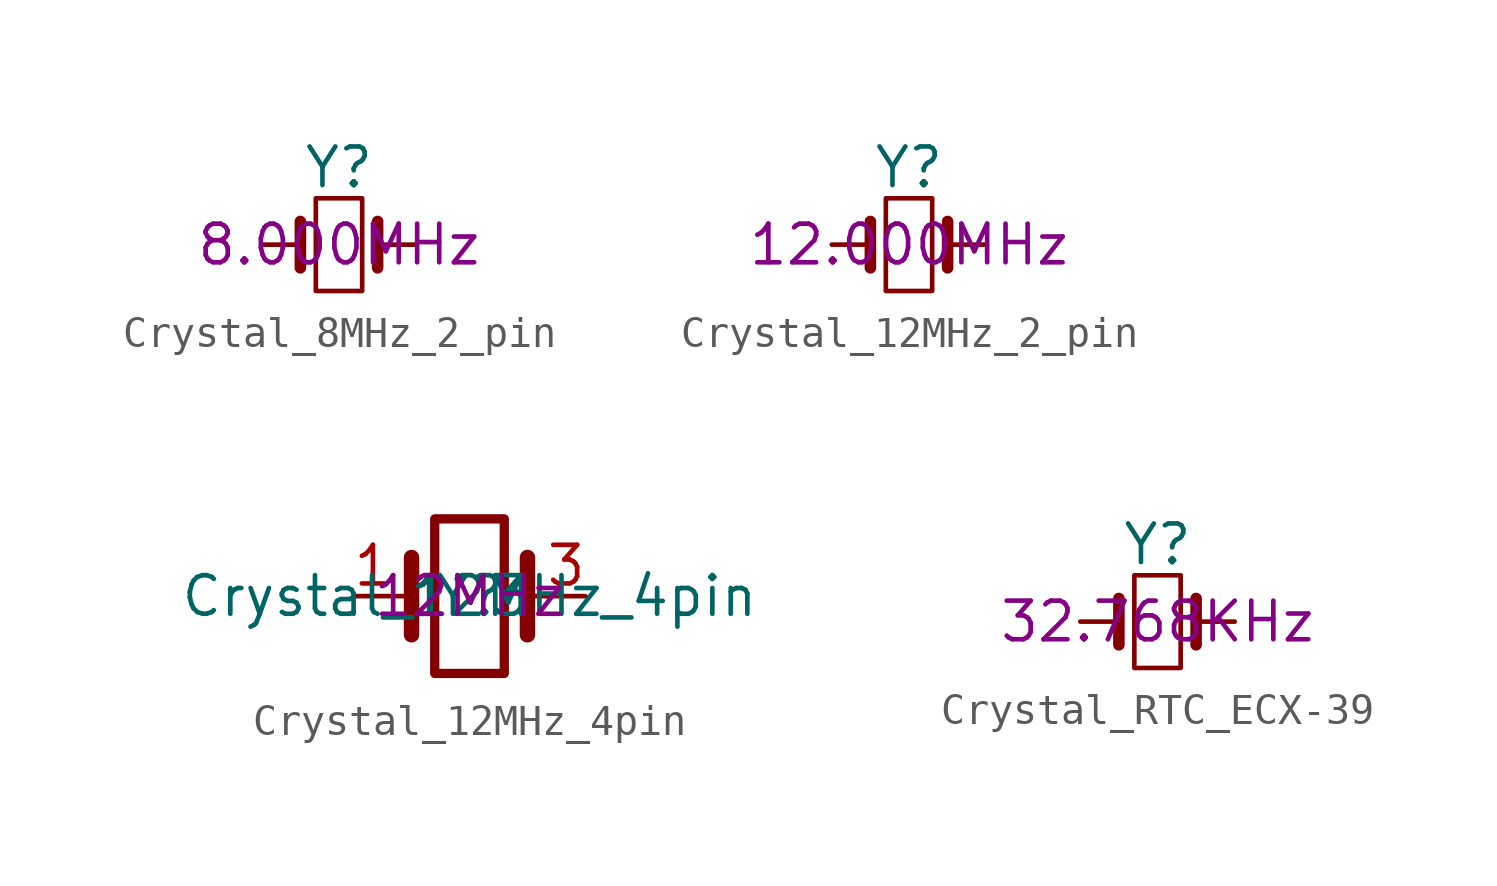
<source format=kicad_sym>
(kicad_symbol_lib
  (version 20211014)
  (generator kicad_symbol_editor)
  (symbol "Crystal_8MHz_2_pin"
    (pin_numbers hide)
    (pin_names
      (offset 1.016) hide)
    (property "Reference" "Y"
      (at 0 2.54 0)
      (effects (font (size 1.27 1.27))))
    (property "Val" "8.000MHz"
      (at 0 0 0)
      (effects (font (size 1.27 1.27))))
    (symbol "Crystal_8MHz_2_pin_0_1"
      (rectangle (start -0.762 -1.524) (end 0.762 1.524) (stroke (width 0) (type default) (color 0 0 0 0)) (fill (type none)))
      (polyline (pts (xy -1.27 -0.762) (xy -1.27 0.762)) (stroke (width 0.381) (type default) (color 0 0 0 0)) (fill (type none)))
      (polyline (pts (xy 1.27 -0.762) (xy 1.27 0.762)) (stroke (width 0.381) (type default) (color 0 0 0 0)) (fill (type none))))
    (symbol "Crystal_8MHz_2_pin_1_1"
      (pin passive line (at -2.54 0 0) (length 1.27) (name "1" (effects (font (size 1.27 1.27)))) (number "1" (effects (font (size 1.27 1.27)))))
      (pin passive line (at 2.54 0 180) (length 1.27) (name "2" (effects (font (size 1.27 1.27)))) (number "2" (effects (font (size 1.27 1.27)))))))
  (symbol "Crystal_12MHz_2_pin"
    (pin_numbers hide)
    (pin_names
      (offset 1.016) hide)
    (property "Reference" "Y"
      (at 0 2.54 0)
      (effects (font (size 1.27 1.27))))
    (property "Val" "12.000MHz"
      (at 0 0 0)
      (effects (font (size 1.27 1.27))))
    (symbol "Crystal_12MHz_2_pin_0_1"
      (rectangle (start -0.762 -1.524) (end 0.762 1.524) (stroke (width 0) (type default) (color 0 0 0 0)) (fill (type none)))
      (polyline (pts (xy -1.27 -0.762) (xy -1.27 0.762)) (stroke (width 0.381) (type default) (color 0 0 0 0)) (fill (type none)))
      (polyline (pts (xy 1.27 -0.762) (xy 1.27 0.762)) (stroke (width 0.381) (type default) (color 0 0 0 0)) (fill (type none))))
    (symbol "Crystal_12MHz_2_pin_1_1"
      (pin passive line (at -2.54 0 0) (length 1.27) (name "1" (effects (font (size 1.27 1.27)))) (number "1" (effects (font (size 1.27 1.27)))))
      (pin passive line (at 2.54 0 180) (length 1.27) (name "2" (effects (font (size 1.27 1.27)))) (number "2" (effects (font (size 1.27 1.27)))))))
  (symbol "Crystal_12MHz_4pin"
    (property "Reference" "Y"
      (at 0 0 0)
      (effects (font (size 1.27 1.27))))
    (property "Value" "Crystal_12MHz_4pin"
      (at 0 0 0)
      (effects (font (size 1.27 1.27))))
    (property "Val" "12MHz"
      (at 0 0 0)
      (effects (font (size 1.27 1.27))))
    (symbol "Crystal_12MHz_4pin_0_1"
      (rectangle (start -1.143 2.54) (end 1.143 -2.54) (stroke (width 0.305) (type default) (color 0 0 0 0)) (fill (type none)))
      (polyline (pts (xy -2.54 0) (xy -1.905 0)) (stroke (width 0) (type default) (color 0 0 0 0)) (fill (type none)))
      (polyline (pts (xy -1.905 -1.27) (xy -1.905 1.27)) (stroke (width 0.508) (type default) (color 0 0 0 0)) (fill (type none)))
      (polyline (pts (xy 1.905 -1.27) (xy 1.905 1.27)) (stroke (width 0.508) (type default) (color 0 0 0 0)) (fill (type none)))
      (polyline (pts (xy 2.54 0) (xy 1.905 0)) (stroke (width 0) (type default) (color 0 0 0 0)) (fill (type none))))
    (symbol "Crystal_12MHz_4pin_1_1"
      (pin passive line (at -3.81 0 0) (length 1.27) (name "1" (effects (font (size 1.27 1.27)))) (number "1" (effects (font (size 1.27 1.27)))))
      (pin passive line (at 3.81 0 180) (length 1.27) (name "3" (effects (font (size 1.27 1.27)))) (number "3" (effects (font (size 1.27 1.27)))))))
  (symbol "Crystal_RTC_ECX-39"
    (pin_numbers hide)
    (pin_names
      (offset 1.016) hide)
    (property "Reference" "Y"
      (at 0 2.54 0)
      (effects (font (size 1.27 1.27))))
    (property "Val" "32.768KHz"
      (at 0 0 0)
      (effects (font (size 1.27 1.27))))
    (symbol "Crystal_RTC_ECX-39_0_1"
      (rectangle (start -0.762 -1.524) (end 0.762 1.524) (stroke (width 0) (type default) (color 0 0 0 0)) (fill (type none)))
      (polyline (pts (xy -1.27 -0.762) (xy -1.27 0.762)) (stroke (width 0.381) (type default) (color 0 0 0 0)) (fill (type none)))
      (polyline (pts (xy 1.27 -0.762) (xy 1.27 0.762)) (stroke (width 0.381) (type default) (color 0 0 0 0)) (fill (type none))))
    (symbol "Crystal_RTC_ECX-39_1_1"
      (pin passive line (at -2.54 0 0) (length 1.27) (name "1" (effects (font (size 1.27 1.27)))) (number "1" (effects (font (size 1.27 1.27)))))
      (pin passive line (at 2.54 0 180) (length 1.27) (name "2" (effects (font (size 1.27 1.27)))) (number "2" (effects (font (size 1.27 1.27))))))))
</source>
